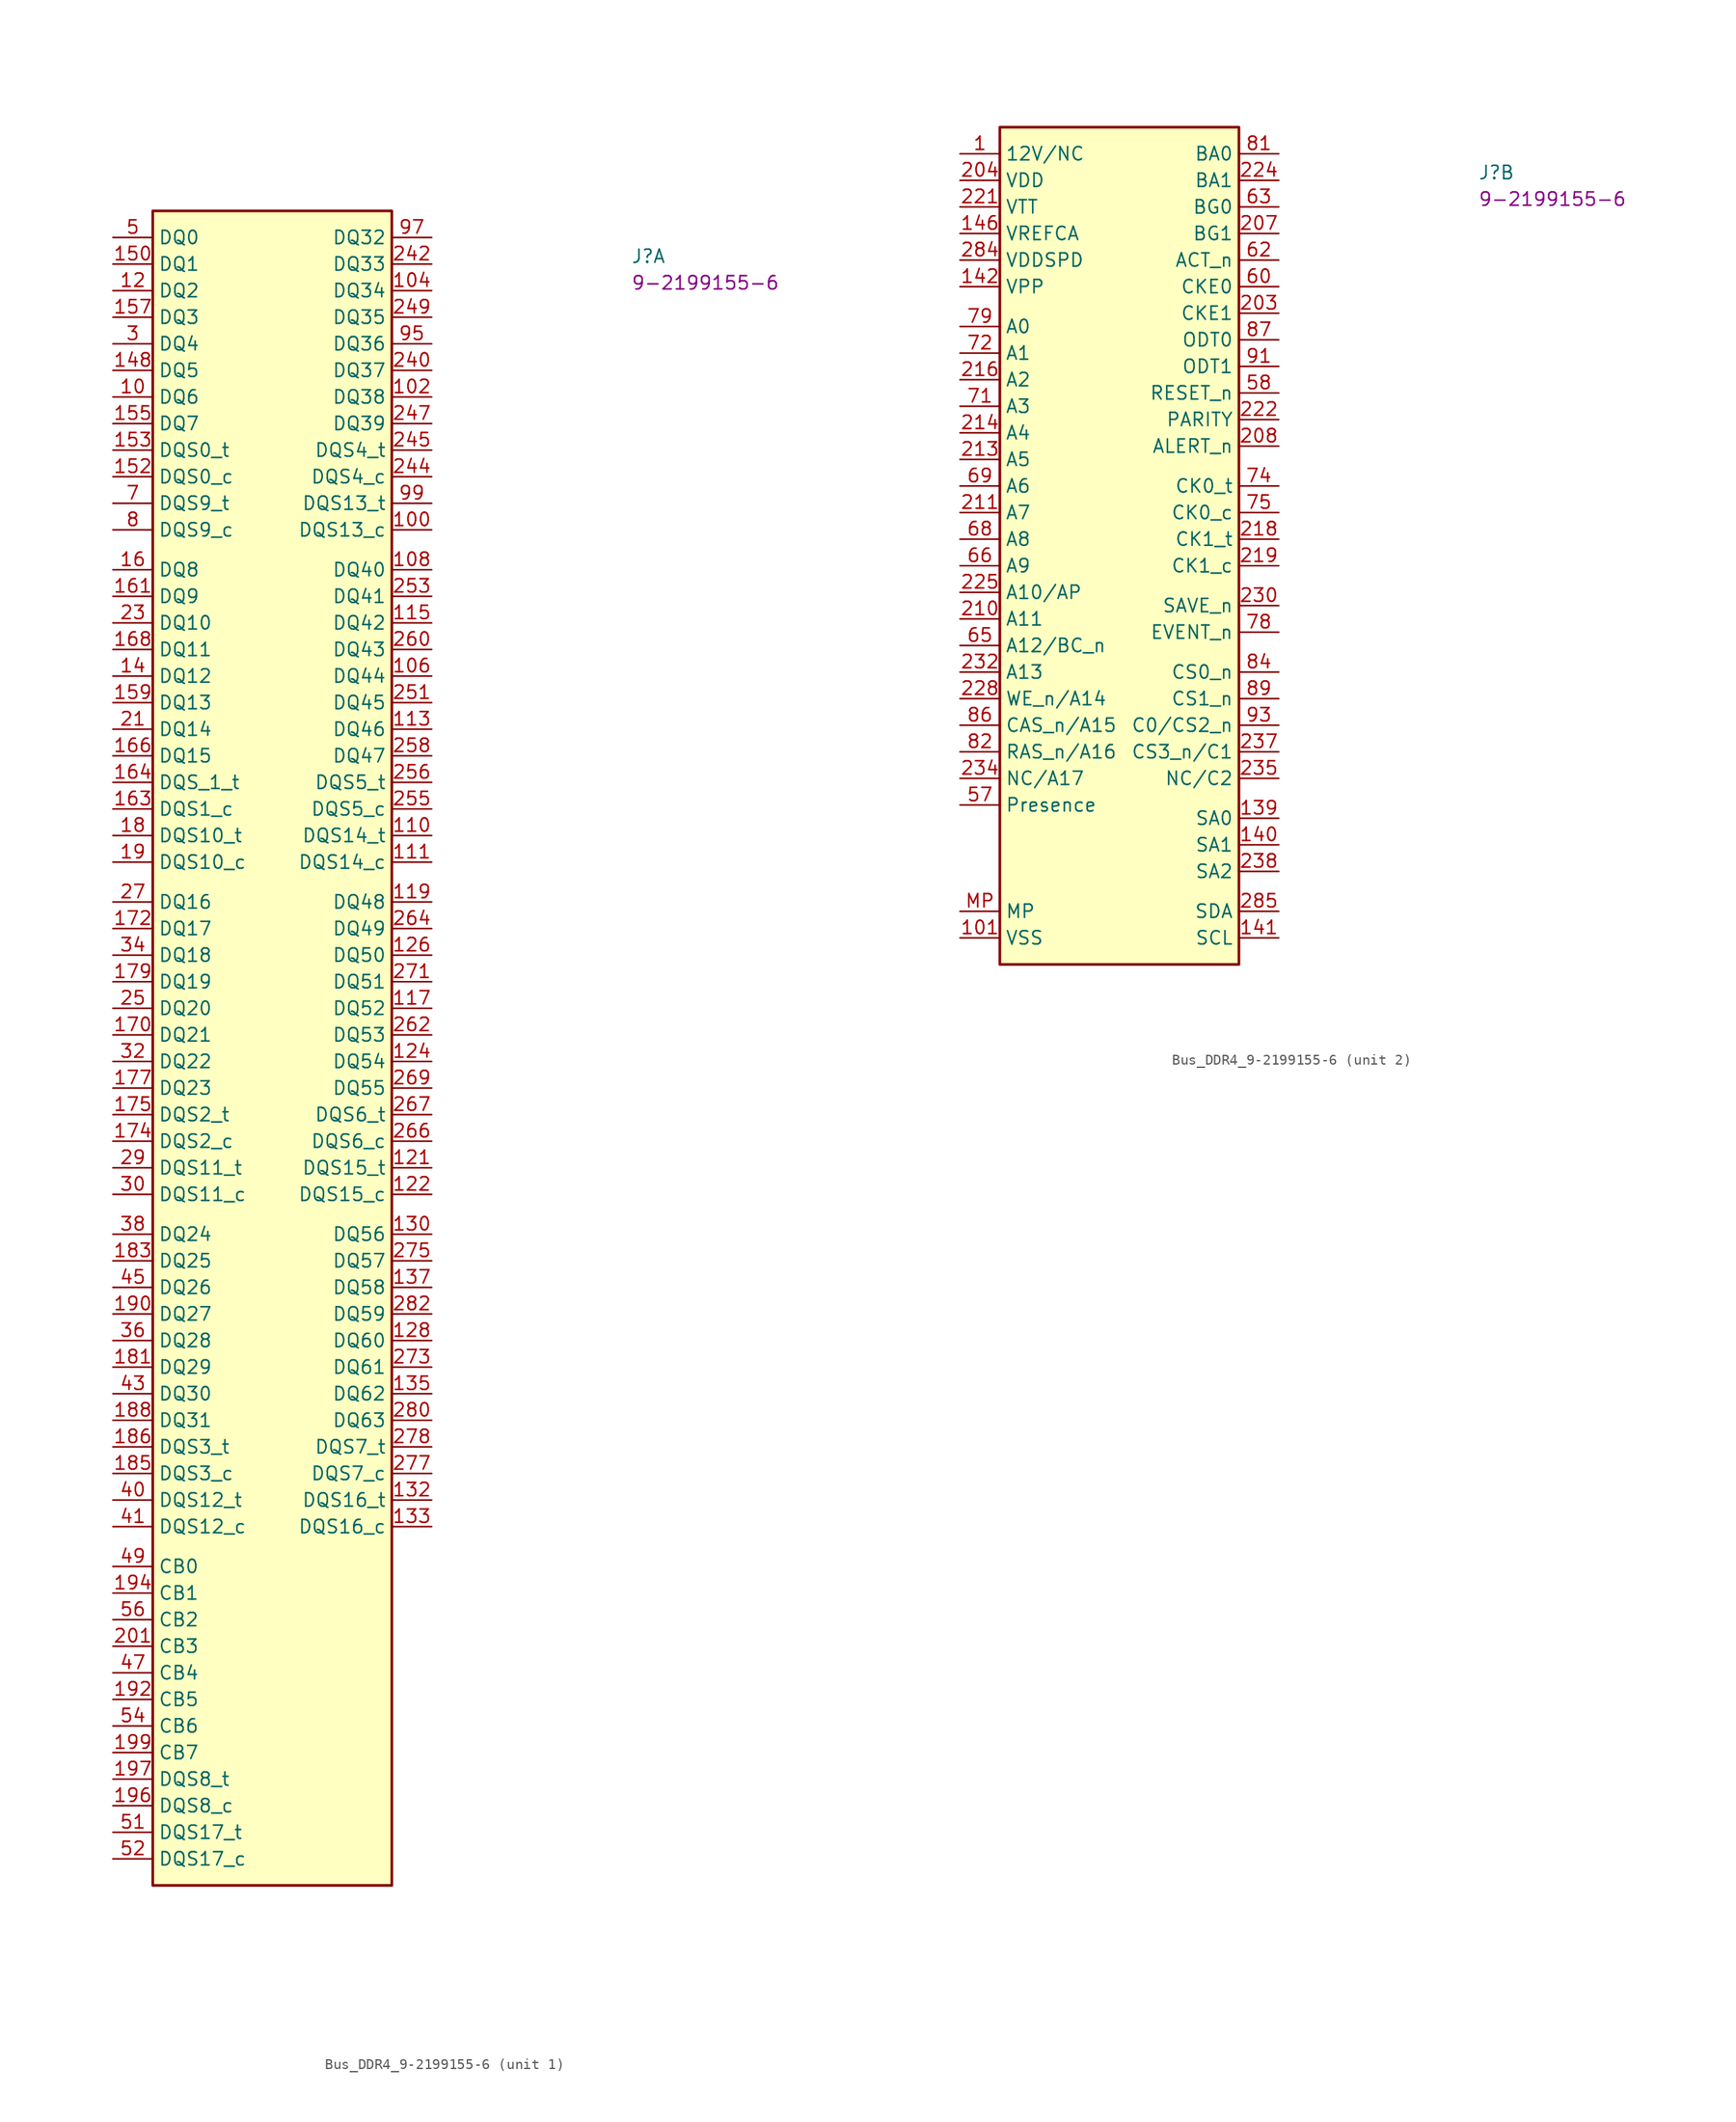
<source format=kicad_sym>
(kicad_symbol_lib
  (version 20220914)
  (generator kicad_symbol_editor)
  (symbol "Bus_DDR4_9-2199155-6"
    (property "Reference" "J"
      (at 49.53 -2.54 0)
      (effects (font (size 1.27 1.27) (thickness 0.15)) (justify left bottom)))
    (property "MPN" "9-2199155-6"
      (at 49.53 -5.08 0)
      (effects (font (size 1.27 1.27)) (justify left bottom)))
    (property "ki_locked" ""
      (at 0 0 0)
      (effects (font (size 1.27 1.27))))
    (symbol "Bus_DDR4_9-2199155-6_1_1"
      (rectangle (start 3.81 2.54) (end 26.67 -157.48) (stroke (width 0.254) (type default)) (fill (type background)))
      (pin passive line (at 0 -15.24 0) (length 3.81) (name "DQ6" (effects (font (size 1.27 1.27)))) (number "10" (effects (font (size 1.27 1.27)))))
      (pin passive line (at 30.48 -27.94 180) (length 3.81) (name "DQS13_c" (effects (font (size 1.27 1.27)))) (number "100" (effects (font (size 1.27 1.27)))))
      (pin passive line (at 30.48 -15.24 180) (length 3.81) (name "DQ38" (effects (font (size 1.27 1.27)))) (number "102" (effects (font (size 1.27 1.27)))))
      (pin passive line (at 30.48 -5.08 180) (length 3.81) (name "DQ34" (effects (font (size 1.27 1.27)))) (number "104" (effects (font (size 1.27 1.27)))))
      (pin passive line (at 30.48 -41.91 180) (length 3.81) (name "DQ44" (effects (font (size 1.27 1.27)))) (number "106" (effects (font (size 1.27 1.27)))))
      (pin passive line (at 30.48 -31.75 180) (length 3.81) (name "DQ40" (effects (font (size 1.27 1.27)))) (number "108" (effects (font (size 1.27 1.27)))))
      (pin passive line (at 30.48 -57.15 180) (length 3.81) (name "DQS14_t" (effects (font (size 1.27 1.27)))) (number "110" (effects (font (size 1.27 1.27)))))
      (pin passive line (at 30.48 -59.69 180) (length 3.81) (name "DQS14_c" (effects (font (size 1.27 1.27)))) (number "111" (effects (font (size 1.27 1.27)))))
      (pin passive line (at 30.48 -46.99 180) (length 3.81) (name "DQ46" (effects (font (size 1.27 1.27)))) (number "113" (effects (font (size 1.27 1.27)))))
      (pin passive line (at 30.48 -36.83 180) (length 3.81) (name "DQ42" (effects (font (size 1.27 1.27)))) (number "115" (effects (font (size 1.27 1.27)))))
      (pin passive line (at 30.48 -73.66 180) (length 3.81) (name "DQ52" (effects (font (size 1.27 1.27)))) (number "117" (effects (font (size 1.27 1.27)))))
      (pin passive line (at 30.48 -63.5 180) (length 3.81) (name "DQ48" (effects (font (size 1.27 1.27)))) (number "119" (effects (font (size 1.27 1.27)))))
      (pin passive line (at 0 -5.08 0) (length 3.81) (name "DQ2" (effects (font (size 1.27 1.27)))) (number "12" (effects (font (size 1.27 1.27)))))
      (pin passive line (at 30.48 -88.9 180) (length 3.81) (name "DQS15_t" (effects (font (size 1.27 1.27)))) (number "121" (effects (font (size 1.27 1.27)))))
      (pin passive line (at 30.48 -91.44 180) (length 3.81) (name "DQS15_c" (effects (font (size 1.27 1.27)))) (number "122" (effects (font (size 1.27 1.27)))))
      (pin passive line (at 30.48 -78.74 180) (length 3.81) (name "DQ54" (effects (font (size 1.27 1.27)))) (number "124" (effects (font (size 1.27 1.27)))))
      (pin passive line (at 30.48 -68.58 180) (length 3.81) (name "DQ50" (effects (font (size 1.27 1.27)))) (number "126" (effects (font (size 1.27 1.27)))))
      (pin passive line (at 30.48 -105.41 180) (length 3.81) (name "DQ60" (effects (font (size 1.27 1.27)))) (number "128" (effects (font (size 1.27 1.27)))))
      (pin passive line (at 30.48 -95.25 180) (length 3.81) (name "DQ56" (effects (font (size 1.27 1.27)))) (number "130" (effects (font (size 1.27 1.27)))))
      (pin passive line (at 30.48 -120.65 180) (length 3.81) (name "DQS16_t" (effects (font (size 1.27 1.27)))) (number "132" (effects (font (size 1.27 1.27)))))
      (pin passive line (at 30.48 -123.19 180) (length 3.81) (name "DQS16_c" (effects (font (size 1.27 1.27)))) (number "133" (effects (font (size 1.27 1.27)))))
      (pin passive line (at 30.48 -110.49 180) (length 3.81) (name "DQ62" (effects (font (size 1.27 1.27)))) (number "135" (effects (font (size 1.27 1.27)))))
      (pin passive line (at 30.48 -100.33 180) (length 3.81) (name "DQ58" (effects (font (size 1.27 1.27)))) (number "137" (effects (font (size 1.27 1.27)))))
      (pin passive line (at 0 -41.91 0) (length 3.81) (name "DQ12" (effects (font (size 1.27 1.27)))) (number "14" (effects (font (size 1.27 1.27)))))
      (pin passive line (at 0 -12.7 0) (length 3.81) (name "DQ5" (effects (font (size 1.27 1.27)))) (number "148" (effects (font (size 1.27 1.27)))))
      (pin passive line (at 0 -2.54 0) (length 3.81) (name "DQ1" (effects (font (size 1.27 1.27)))) (number "150" (effects (font (size 1.27 1.27)))))
      (pin passive line (at 0 -22.86 0) (length 3.81) (name "DQS0_c" (effects (font (size 1.27 1.27)))) (number "152" (effects (font (size 1.27 1.27)))))
      (pin passive line (at 0 -20.32 0) (length 3.81) (name "DQS0_t" (effects (font (size 1.27 1.27)))) (number "153" (effects (font (size 1.27 1.27)))))
      (pin passive line (at 0 -17.78 0) (length 3.81) (name "DQ7" (effects (font (size 1.27 1.27)))) (number "155" (effects (font (size 1.27 1.27)))))
      (pin passive line (at 0 -7.62 0) (length 3.81) (name "DQ3" (effects (font (size 1.27 1.27)))) (number "157" (effects (font (size 1.27 1.27)))))
      (pin passive line (at 0 -44.45 0) (length 3.81) (name "DQ13" (effects (font (size 1.27 1.27)))) (number "159" (effects (font (size 1.27 1.27)))))
      (pin passive line (at 0 -31.75 0) (length 3.81) (name "DQ8" (effects (font (size 1.27 1.27)))) (number "16" (effects (font (size 1.27 1.27)))))
      (pin passive line (at 0 -34.29 0) (length 3.81) (name "DQ9" (effects (font (size 1.27 1.27)))) (number "161" (effects (font (size 1.27 1.27)))))
      (pin passive line (at 0 -54.61 0) (length 3.81) (name "DQS1_c" (effects (font (size 1.27 1.27)))) (number "163" (effects (font (size 1.27 1.27)))))
      (pin passive line (at 0 -52.07 0) (length 3.81) (name "DQS_1_t" (effects (font (size 1.27 1.27)))) (number "164" (effects (font (size 1.27 1.27)))))
      (pin passive line (at 0 -49.53 0) (length 3.81) (name "DQ15" (effects (font (size 1.27 1.27)))) (number "166" (effects (font (size 1.27 1.27)))))
      (pin passive line (at 0 -39.37 0) (length 3.81) (name "DQ11" (effects (font (size 1.27 1.27)))) (number "168" (effects (font (size 1.27 1.27)))))
      (pin passive line (at 0 -76.2 0) (length 3.81) (name "DQ21" (effects (font (size 1.27 1.27)))) (number "170" (effects (font (size 1.27 1.27)))))
      (pin passive line (at 0 -66.04 0) (length 3.81) (name "DQ17" (effects (font (size 1.27 1.27)))) (number "172" (effects (font (size 1.27 1.27)))))
      (pin passive line (at 0 -86.36 0) (length 3.81) (name "DQS2_c" (effects (font (size 1.27 1.27)))) (number "174" (effects (font (size 1.27 1.27)))))
      (pin passive line (at 0 -83.82 0) (length 3.81) (name "DQS2_t" (effects (font (size 1.27 1.27)))) (number "175" (effects (font (size 1.27 1.27)))))
      (pin passive line (at 0 -81.28 0) (length 3.81) (name "DQ23" (effects (font (size 1.27 1.27)))) (number "177" (effects (font (size 1.27 1.27)))))
      (pin passive line (at 0 -71.12 0) (length 3.81) (name "DQ19" (effects (font (size 1.27 1.27)))) (number "179" (effects (font (size 1.27 1.27)))))
      (pin passive line (at 0 -57.15 0) (length 3.81) (name "DQS10_t" (effects (font (size 1.27 1.27)))) (number "18" (effects (font (size 1.27 1.27)))))
      (pin passive line (at 0 -107.95 0) (length 3.81) (name "DQ29" (effects (font (size 1.27 1.27)))) (number "181" (effects (font (size 1.27 1.27)))))
      (pin passive line (at 0 -97.79 0) (length 3.81) (name "DQ25" (effects (font (size 1.27 1.27)))) (number "183" (effects (font (size 1.27 1.27)))))
      (pin passive line (at 0 -118.11 0) (length 3.81) (name "DQS3_c" (effects (font (size 1.27 1.27)))) (number "185" (effects (font (size 1.27 1.27)))))
      (pin passive line (at 0 -115.57 0) (length 3.81) (name "DQS3_t" (effects (font (size 1.27 1.27)))) (number "186" (effects (font (size 1.27 1.27)))))
      (pin passive line (at 0 -113.03 0) (length 3.81) (name "DQ31" (effects (font (size 1.27 1.27)))) (number "188" (effects (font (size 1.27 1.27)))))
      (pin passive line (at 0 -59.69 0) (length 3.81) (name "DQS10_c" (effects (font (size 1.27 1.27)))) (number "19" (effects (font (size 1.27 1.27)))))
      (pin passive line (at 0 -102.87 0) (length 3.81) (name "DQ27" (effects (font (size 1.27 1.27)))) (number "190" (effects (font (size 1.27 1.27)))))
      (pin passive line (at 0 -139.7 0) (length 3.81) (name "CB5" (effects (font (size 1.27 1.27)))) (number "192" (effects (font (size 1.27 1.27)))))
      (pin passive line (at 0 -129.54 0) (length 3.81) (name "CB1" (effects (font (size 1.27 1.27)))) (number "194" (effects (font (size 1.27 1.27)))))
      (pin passive line (at 0 -149.86 0) (length 3.81) (name "DQS8_c" (effects (font (size 1.27 1.27)))) (number "196" (effects (font (size 1.27 1.27)))))
      (pin passive line (at 0 -147.32 0) (length 3.81) (name "DQS8_t" (effects (font (size 1.27 1.27)))) (number "197" (effects (font (size 1.27 1.27)))))
      (pin passive line (at 0 -144.78 0) (length 3.81) (name "CB7" (effects (font (size 1.27 1.27)))) (number "199" (effects (font (size 1.27 1.27)))))
      (pin passive line (at 0 -134.62 0) (length 3.81) (name "CB3" (effects (font (size 1.27 1.27)))) (number "201" (effects (font (size 1.27 1.27)))))
      (pin passive line (at 0 -46.99 0) (length 3.81) (name "DQ14" (effects (font (size 1.27 1.27)))) (number "21" (effects (font (size 1.27 1.27)))))
      (pin passive line (at 0 -36.83 0) (length 3.81) (name "DQ10" (effects (font (size 1.27 1.27)))) (number "23" (effects (font (size 1.27 1.27)))))
      (pin passive line (at 30.48 -12.7 180) (length 3.81) (name "DQ37" (effects (font (size 1.27 1.27)))) (number "240" (effects (font (size 1.27 1.27)))))
      (pin passive line (at 30.48 -2.54 180) (length 3.81) (name "DQ33" (effects (font (size 1.27 1.27)))) (number "242" (effects (font (size 1.27 1.27)))))
      (pin passive line (at 30.48 -22.86 180) (length 3.81) (name "DQS4_c" (effects (font (size 1.27 1.27)))) (number "244" (effects (font (size 1.27 1.27)))))
      (pin passive line (at 30.48 -20.32 180) (length 3.81) (name "DQS4_t" (effects (font (size 1.27 1.27)))) (number "245" (effects (font (size 1.27 1.27)))))
      (pin passive line (at 30.48 -17.78 180) (length 3.81) (name "DQ39" (effects (font (size 1.27 1.27)))) (number "247" (effects (font (size 1.27 1.27)))))
      (pin passive line (at 30.48 -7.62 180) (length 3.81) (name "DQ35" (effects (font (size 1.27 1.27)))) (number "249" (effects (font (size 1.27 1.27)))))
      (pin passive line (at 0 -73.66 0) (length 3.81) (name "DQ20" (effects (font (size 1.27 1.27)))) (number "25" (effects (font (size 1.27 1.27)))))
      (pin passive line (at 30.48 -44.45 180) (length 3.81) (name "DQ45" (effects (font (size 1.27 1.27)))) (number "251" (effects (font (size 1.27 1.27)))))
      (pin passive line (at 30.48 -34.29 180) (length 3.81) (name "DQ41" (effects (font (size 1.27 1.27)))) (number "253" (effects (font (size 1.27 1.27)))))
      (pin passive line (at 30.48 -54.61 180) (length 3.81) (name "DQS5_c" (effects (font (size 1.27 1.27)))) (number "255" (effects (font (size 1.27 1.27)))))
      (pin passive line (at 30.48 -52.07 180) (length 3.81) (name "DQS5_t" (effects (font (size 1.27 1.27)))) (number "256" (effects (font (size 1.27 1.27)))))
      (pin passive line (at 30.48 -49.53 180) (length 3.81) (name "DQ47" (effects (font (size 1.27 1.27)))) (number "258" (effects (font (size 1.27 1.27)))))
      (pin passive line (at 30.48 -39.37 180) (length 3.81) (name "DQ43" (effects (font (size 1.27 1.27)))) (number "260" (effects (font (size 1.27 1.27)))))
      (pin passive line (at 30.48 -76.2 180) (length 3.81) (name "DQ53" (effects (font (size 1.27 1.27)))) (number "262" (effects (font (size 1.27 1.27)))))
      (pin passive line (at 30.48 -66.04 180) (length 3.81) (name "DQ49" (effects (font (size 1.27 1.27)))) (number "264" (effects (font (size 1.27 1.27)))))
      (pin passive line (at 30.48 -86.36 180) (length 3.81) (name "DQS6_c" (effects (font (size 1.27 1.27)))) (number "266" (effects (font (size 1.27 1.27)))))
      (pin passive line (at 30.48 -83.82 180) (length 3.81) (name "DQS6_t" (effects (font (size 1.27 1.27)))) (number "267" (effects (font (size 1.27 1.27)))))
      (pin passive line (at 30.48 -81.28 180) (length 3.81) (name "DQ55" (effects (font (size 1.27 1.27)))) (number "269" (effects (font (size 1.27 1.27)))))
      (pin passive line (at 0 -63.5 0) (length 3.81) (name "DQ16" (effects (font (size 1.27 1.27)))) (number "27" (effects (font (size 1.27 1.27)))))
      (pin passive line (at 30.48 -71.12 180) (length 3.81) (name "DQ51" (effects (font (size 1.27 1.27)))) (number "271" (effects (font (size 1.27 1.27)))))
      (pin passive line (at 30.48 -107.95 180) (length 3.81) (name "DQ61" (effects (font (size 1.27 1.27)))) (number "273" (effects (font (size 1.27 1.27)))))
      (pin passive line (at 30.48 -97.79 180) (length 3.81) (name "DQ57" (effects (font (size 1.27 1.27)))) (number "275" (effects (font (size 1.27 1.27)))))
      (pin passive line (at 30.48 -118.11 180) (length 3.81) (name "DQS7_c" (effects (font (size 1.27 1.27)))) (number "277" (effects (font (size 1.27 1.27)))))
      (pin passive line (at 30.48 -115.57 180) (length 3.81) (name "DQS7_t" (effects (font (size 1.27 1.27)))) (number "278" (effects (font (size 1.27 1.27)))))
      (pin passive line (at 30.48 -113.03 180) (length 3.81) (name "DQ63" (effects (font (size 1.27 1.27)))) (number "280" (effects (font (size 1.27 1.27)))))
      (pin passive line (at 30.48 -102.87 180) (length 3.81) (name "DQ59" (effects (font (size 1.27 1.27)))) (number "282" (effects (font (size 1.27 1.27)))))
      (pin passive line (at 0 -88.9 0) (length 3.81) (name "DQS11_t" (effects (font (size 1.27 1.27)))) (number "29" (effects (font (size 1.27 1.27)))))
      (pin passive line (at 0 -10.16 0) (length 3.81) (name "DQ4" (effects (font (size 1.27 1.27)))) (number "3" (effects (font (size 1.27 1.27)))))
      (pin passive line (at 0 -91.44 0) (length 3.81) (name "DQS11_c" (effects (font (size 1.27 1.27)))) (number "30" (effects (font (size 1.27 1.27)))))
      (pin passive line (at 0 -78.74 0) (length 3.81) (name "DQ22" (effects (font (size 1.27 1.27)))) (number "32" (effects (font (size 1.27 1.27)))))
      (pin passive line (at 0 -68.58 0) (length 3.81) (name "DQ18" (effects (font (size 1.27 1.27)))) (number "34" (effects (font (size 1.27 1.27)))))
      (pin passive line (at 0 -105.41 0) (length 3.81) (name "DQ28" (effects (font (size 1.27 1.27)))) (number "36" (effects (font (size 1.27 1.27)))))
      (pin passive line (at 0 -95.25 0) (length 3.81) (name "DQ24" (effects (font (size 1.27 1.27)))) (number "38" (effects (font (size 1.27 1.27)))))
      (pin passive line (at 0 -120.65 0) (length 3.81) (name "DQS12_t" (effects (font (size 1.27 1.27)))) (number "40" (effects (font (size 1.27 1.27)))))
      (pin passive line (at 0 -123.19 0) (length 3.81) (name "DQS12_c" (effects (font (size 1.27 1.27)))) (number "41" (effects (font (size 1.27 1.27)))))
      (pin passive line (at 0 -110.49 0) (length 3.81) (name "DQ30" (effects (font (size 1.27 1.27)))) (number "43" (effects (font (size 1.27 1.27)))))
      (pin passive line (at 0 -100.33 0) (length 3.81) (name "DQ26" (effects (font (size 1.27 1.27)))) (number "45" (effects (font (size 1.27 1.27)))))
      (pin passive line (at 0 -137.16 0) (length 3.81) (name "CB4" (effects (font (size 1.27 1.27)))) (number "47" (effects (font (size 1.27 1.27)))))
      (pin passive line (at 0 -127 0) (length 3.81) (name "CB0" (effects (font (size 1.27 1.27)))) (number "49" (effects (font (size 1.27 1.27)))))
      (pin passive line (at 0 0 0) (length 3.81) (name "DQ0" (effects (font (size 1.27 1.27)))) (number "5" (effects (font (size 1.27 1.27)))))
      (pin passive line (at 0 -152.4 0) (length 3.81) (name "DQS17_t" (effects (font (size 1.27 1.27)))) (number "51" (effects (font (size 1.27 1.27)))))
      (pin passive line (at 0 -154.94 0) (length 3.81) (name "DQS17_c" (effects (font (size 1.27 1.27)))) (number "52" (effects (font (size 1.27 1.27)))))
      (pin passive line (at 0 -142.24 0) (length 3.81) (name "CB6" (effects (font (size 1.27 1.27)))) (number "54" (effects (font (size 1.27 1.27)))))
      (pin passive line (at 0 -132.08 0) (length 3.81) (name "CB2" (effects (font (size 1.27 1.27)))) (number "56" (effects (font (size 1.27 1.27)))))
      (pin passive line (at 0 -25.4 0) (length 3.81) (name "DQS9_t" (effects (font (size 1.27 1.27)))) (number "7" (effects (font (size 1.27 1.27)))))
      (pin passive line (at 0 -27.94 0) (length 3.81) (name "DQS9_c" (effects (font (size 1.27 1.27)))) (number "8" (effects (font (size 1.27 1.27)))))
      (pin passive line (at 30.48 -10.16 180) (length 3.81) (name "DQ36" (effects (font (size 1.27 1.27)))) (number "95" (effects (font (size 1.27 1.27)))))
      (pin passive line (at 30.48 0 180) (length 3.81) (name "DQ32" (effects (font (size 1.27 1.27)))) (number "97" (effects (font (size 1.27 1.27)))))
      (pin passive line (at 30.48 -25.4 180) (length 3.81) (name "DQS13_t" (effects (font (size 1.27 1.27)))) (number "99" (effects (font (size 1.27 1.27))))))
    (symbol "Bus_DDR4_9-2199155-6_2_1"
      (rectangle (start 3.81 2.54) (end 26.67 -77.47) (stroke (width 0.254) (type default)) (fill (type background)))
      (pin passive line (at 0 0 0) (length 3.81) (name "12V/NC" (effects (font (size 1.27 1.27)))) (number "1" (effects (font (size 1.27 1.27)))))
      (pin passive line (at 0 -74.93 0) (length 3.81) (name "VSS" (effects (font (size 1.27 1.27)))) (number "101" (effects (font (size 1.27 1.27)))))
      (pin passive line (at 0 -74.93 0) (length 3.81) hide (name "VSS" (effects (font (size 1.27 1.27)))) (number "103" (effects (font (size 1.27 1.27)))))
      (pin passive line (at 0 -74.93 0) (length 3.81) hide (name "VSS" (effects (font (size 1.27 1.27)))) (number "105" (effects (font (size 1.27 1.27)))))
      (pin passive line (at 0 -74.93 0) (length 3.81) hide (name "VSS" (effects (font (size 1.27 1.27)))) (number "107" (effects (font (size 1.27 1.27)))))
      (pin passive line (at 0 -74.93 0) (length 3.81) hide (name "VSS" (effects (font (size 1.27 1.27)))) (number "109" (effects (font (size 1.27 1.27)))))
      (pin passive line (at 0 -74.93 0) (length 3.81) hide (name "VSS" (effects (font (size 1.27 1.27)))) (number "11" (effects (font (size 1.27 1.27)))))
      (pin passive line (at 0 -74.93 0) (length 3.81) hide (name "VSS" (effects (font (size 1.27 1.27)))) (number "112" (effects (font (size 1.27 1.27)))))
      (pin passive line (at 0 -74.93 0) (length 3.81) hide (name "VSS" (effects (font (size 1.27 1.27)))) (number "114" (effects (font (size 1.27 1.27)))))
      (pin passive line (at 0 -74.93 0) (length 3.81) hide (name "VSS" (effects (font (size 1.27 1.27)))) (number "116" (effects (font (size 1.27 1.27)))))
      (pin passive line (at 0 -74.93 0) (length 3.81) hide (name "VSS" (effects (font (size 1.27 1.27)))) (number "118" (effects (font (size 1.27 1.27)))))
      (pin passive line (at 0 -74.93 0) (length 3.81) hide (name "VSS" (effects (font (size 1.27 1.27)))) (number "120" (effects (font (size 1.27 1.27)))))
      (pin passive line (at 0 -74.93 0) (length 3.81) hide (name "VSS" (effects (font (size 1.27 1.27)))) (number "123" (effects (font (size 1.27 1.27)))))
      (pin passive line (at 0 -74.93 0) (length 3.81) hide (name "VSS" (effects (font (size 1.27 1.27)))) (number "125" (effects (font (size 1.27 1.27)))))
      (pin passive line (at 0 -74.93 0) (length 3.81) hide (name "VSS" (effects (font (size 1.27 1.27)))) (number "127" (effects (font (size 1.27 1.27)))))
      (pin passive line (at 0 -74.93 0) (length 3.81) hide (name "VSS" (effects (font (size 1.27 1.27)))) (number "129" (effects (font (size 1.27 1.27)))))
      (pin passive line (at 0 -74.93 0) (length 3.81) hide (name "VSS" (effects (font (size 1.27 1.27)))) (number "13" (effects (font (size 1.27 1.27)))))
      (pin passive line (at 0 -74.93 0) (length 3.81) hide (name "VSS" (effects (font (size 1.27 1.27)))) (number "131" (effects (font (size 1.27 1.27)))))
      (pin passive line (at 0 -74.93 0) (length 3.81) hide (name "VSS" (effects (font (size 1.27 1.27)))) (number "134" (effects (font (size 1.27 1.27)))))
      (pin passive line (at 0 -74.93 0) (length 3.81) hide (name "VSS" (effects (font (size 1.27 1.27)))) (number "136" (effects (font (size 1.27 1.27)))))
      (pin passive line (at 0 -74.93 0) (length 3.81) hide (name "VSS" (effects (font (size 1.27 1.27)))) (number "138" (effects (font (size 1.27 1.27)))))
      (pin passive line (at 30.48 -63.5 180) (length 3.81) (name "SA0" (effects (font (size 1.27 1.27)))) (number "139" (effects (font (size 1.27 1.27)))))
      (pin passive line (at 30.48 -66.04 180) (length 3.81) (name "SA1" (effects (font (size 1.27 1.27)))) (number "140" (effects (font (size 1.27 1.27)))))
      (pin passive line (at 30.48 -74.93 180) (length 3.81) (name "SCL" (effects (font (size 1.27 1.27)))) (number "141" (effects (font (size 1.27 1.27)))))
      (pin passive line (at 0 -12.7 0) (length 3.81) (name "VPP" (effects (font (size 1.27 1.27)))) (number "142" (effects (font (size 1.27 1.27)))))
      (pin passive line (at 0 -12.7 0) (length 3.81) hide (name "VPP" (effects (font (size 1.27 1.27)))) (number "143" (effects (font (size 1.27 1.27)))))
      (pin no_connect line (at 3.81 -64.77 0) (length 3.81) hide (name "RFU" (effects (font (size 1.27 1.27)))) (number "144" (effects (font (size 1.27 1.27)))))
      (pin passive line (at 0 0 0) (length 3.81) hide (name "12V/NC" (effects (font (size 1.27 1.27)))) (number "145" (effects (font (size 1.27 1.27)))))
      (pin passive line (at 0 -7.62 0) (length 3.81) (name "VREFCA" (effects (font (size 1.27 1.27)))) (number "146" (effects (font (size 1.27 1.27)))))
      (pin passive line (at 0 -74.93 0) (length 3.81) hide (name "VSS" (effects (font (size 1.27 1.27)))) (number "147" (effects (font (size 1.27 1.27)))))
      (pin passive line (at 0 -74.93 0) (length 3.81) hide (name "VSS" (effects (font (size 1.27 1.27)))) (number "149" (effects (font (size 1.27 1.27)))))
      (pin passive line (at 0 -74.93 0) (length 3.81) hide (name "VSS" (effects (font (size 1.27 1.27)))) (number "15" (effects (font (size 1.27 1.27)))))
      (pin passive line (at 0 -74.93 0) (length 3.81) hide (name "VSS" (effects (font (size 1.27 1.27)))) (number "151" (effects (font (size 1.27 1.27)))))
      (pin passive line (at 0 -74.93 0) (length 3.81) hide (name "VSS" (effects (font (size 1.27 1.27)))) (number "154" (effects (font (size 1.27 1.27)))))
      (pin passive line (at 0 -74.93 0) (length 3.81) hide (name "VSS" (effects (font (size 1.27 1.27)))) (number "156" (effects (font (size 1.27 1.27)))))
      (pin passive line (at 0 -74.93 0) (length 3.81) hide (name "VSS" (effects (font (size 1.27 1.27)))) (number "158" (effects (font (size 1.27 1.27)))))
      (pin passive line (at 0 -74.93 0) (length 3.81) hide (name "VSS" (effects (font (size 1.27 1.27)))) (number "160" (effects (font (size 1.27 1.27)))))
      (pin passive line (at 0 -74.93 0) (length 3.81) hide (name "VSS" (effects (font (size 1.27 1.27)))) (number "162" (effects (font (size 1.27 1.27)))))
      (pin passive line (at 0 -74.93 0) (length 3.81) hide (name "VSS" (effects (font (size 1.27 1.27)))) (number "165" (effects (font (size 1.27 1.27)))))
      (pin passive line (at 0 -74.93 0) (length 3.81) hide (name "VSS" (effects (font (size 1.27 1.27)))) (number "167" (effects (font (size 1.27 1.27)))))
      (pin passive line (at 0 -74.93 0) (length 3.81) hide (name "VSS" (effects (font (size 1.27 1.27)))) (number "169" (effects (font (size 1.27 1.27)))))
      (pin passive line (at 0 -74.93 0) (length 3.81) hide (name "VSS" (effects (font (size 1.27 1.27)))) (number "17" (effects (font (size 1.27 1.27)))))
      (pin passive line (at 0 -74.93 0) (length 3.81) hide (name "VSS" (effects (font (size 1.27 1.27)))) (number "171" (effects (font (size 1.27 1.27)))))
      (pin passive line (at 0 -74.93 0) (length 3.81) hide (name "VSS" (effects (font (size 1.27 1.27)))) (number "173" (effects (font (size 1.27 1.27)))))
      (pin passive line (at 0 -74.93 0) (length 3.81) hide (name "VSS" (effects (font (size 1.27 1.27)))) (number "176" (effects (font (size 1.27 1.27)))))
      (pin passive line (at 0 -74.93 0) (length 3.81) hide (name "VSS" (effects (font (size 1.27 1.27)))) (number "178" (effects (font (size 1.27 1.27)))))
      (pin passive line (at 0 -74.93 0) (length 3.81) hide (name "VSS" (effects (font (size 1.27 1.27)))) (number "180" (effects (font (size 1.27 1.27)))))
      (pin passive line (at 0 -74.93 0) (length 3.81) hide (name "VSS" (effects (font (size 1.27 1.27)))) (number "182" (effects (font (size 1.27 1.27)))))
      (pin passive line (at 0 -74.93 0) (length 3.81) hide (name "VSS" (effects (font (size 1.27 1.27)))) (number "184" (effects (font (size 1.27 1.27)))))
      (pin passive line (at 0 -74.93 0) (length 3.81) hide (name "VSS" (effects (font (size 1.27 1.27)))) (number "187" (effects (font (size 1.27 1.27)))))
      (pin passive line (at 0 -74.93 0) (length 3.81) hide (name "VSS" (effects (font (size 1.27 1.27)))) (number "189" (effects (font (size 1.27 1.27)))))
      (pin passive line (at 0 -74.93 0) (length 3.81) hide (name "VSS" (effects (font (size 1.27 1.27)))) (number "191" (effects (font (size 1.27 1.27)))))
      (pin passive line (at 0 -74.93 0) (length 3.81) hide (name "VSS" (effects (font (size 1.27 1.27)))) (number "193" (effects (font (size 1.27 1.27)))))
      (pin passive line (at 0 -74.93 0) (length 3.81) hide (name "VSS" (effects (font (size 1.27 1.27)))) (number "195" (effects (font (size 1.27 1.27)))))
      (pin passive line (at 0 -74.93 0) (length 3.81) hide (name "VSS" (effects (font (size 1.27 1.27)))) (number "198" (effects (font (size 1.27 1.27)))))
      (pin passive line (at 0 -74.93 0) (length 3.81) hide (name "VSS" (effects (font (size 1.27 1.27)))) (number "2" (effects (font (size 1.27 1.27)))))
      (pin passive line (at 0 -74.93 0) (length 3.81) hide (name "VSS" (effects (font (size 1.27 1.27)))) (number "20" (effects (font (size 1.27 1.27)))))
      (pin passive line (at 0 -74.93 0) (length 3.81) hide (name "VSS" (effects (font (size 1.27 1.27)))) (number "200" (effects (font (size 1.27 1.27)))))
      (pin passive line (at 0 -74.93 0) (length 3.81) hide (name "VSS" (effects (font (size 1.27 1.27)))) (number "202" (effects (font (size 1.27 1.27)))))
      (pin passive line (at 30.48 -15.24 180) (length 3.81) (name "CKE1" (effects (font (size 1.27 1.27)))) (number "203" (effects (font (size 1.27 1.27)))))
      (pin passive line (at 0 -2.54 0) (length 3.81) (name "VDD" (effects (font (size 1.27 1.27)))) (number "204" (effects (font (size 1.27 1.27)))))
      (pin no_connect line (at 3.81 -67.31 0) (length 3.81) hide (name "RFU" (effects (font (size 1.27 1.27)))) (number "205" (effects (font (size 1.27 1.27)))))
      (pin passive line (at 0 -2.54 0) (length 3.81) hide (name "VDD" (effects (font (size 1.27 1.27)))) (number "206" (effects (font (size 1.27 1.27)))))
      (pin passive line (at 30.48 -7.62 180) (length 3.81) (name "BG1" (effects (font (size 1.27 1.27)))) (number "207" (effects (font (size 1.27 1.27)))))
      (pin passive line (at 30.48 -27.94 180) (length 3.81) (name "ALERT_n" (effects (font (size 1.27 1.27)))) (number "208" (effects (font (size 1.27 1.27)))))
      (pin passive line (at 0 -2.54 0) (length 3.81) hide (name "VDD" (effects (font (size 1.27 1.27)))) (number "209" (effects (font (size 1.27 1.27)))))
      (pin passive line (at 0 -44.45 0) (length 3.81) (name "A11" (effects (font (size 1.27 1.27)))) (number "210" (effects (font (size 1.27 1.27)))))
      (pin passive line (at 0 -34.29 0) (length 3.81) (name "A7" (effects (font (size 1.27 1.27)))) (number "211" (effects (font (size 1.27 1.27)))))
      (pin passive line (at 0 -2.54 0) (length 3.81) hide (name "VDD" (effects (font (size 1.27 1.27)))) (number "212" (effects (font (size 1.27 1.27)))))
      (pin passive line (at 0 -29.21 0) (length 3.81) (name "A5" (effects (font (size 1.27 1.27)))) (number "213" (effects (font (size 1.27 1.27)))))
      (pin passive line (at 0 -26.67 0) (length 3.81) (name "A4" (effects (font (size 1.27 1.27)))) (number "214" (effects (font (size 1.27 1.27)))))
      (pin passive line (at 0 -2.54 0) (length 3.81) hide (name "VDD" (effects (font (size 1.27 1.27)))) (number "215" (effects (font (size 1.27 1.27)))))
      (pin passive line (at 0 -21.59 0) (length 3.81) (name "A2" (effects (font (size 1.27 1.27)))) (number "216" (effects (font (size 1.27 1.27)))))
      (pin passive line (at 0 -2.54 0) (length 3.81) hide (name "VDD" (effects (font (size 1.27 1.27)))) (number "217" (effects (font (size 1.27 1.27)))))
      (pin passive line (at 30.48 -36.83 180) (length 3.81) (name "CK1_t" (effects (font (size 1.27 1.27)))) (number "218" (effects (font (size 1.27 1.27)))))
      (pin passive line (at 30.48 -39.37 180) (length 3.81) (name "CK1_c" (effects (font (size 1.27 1.27)))) (number "219" (effects (font (size 1.27 1.27)))))
      (pin passive line (at 0 -74.93 0) (length 3.81) hide (name "VSS" (effects (font (size 1.27 1.27)))) (number "22" (effects (font (size 1.27 1.27)))))
      (pin passive line (at 0 -2.54 0) (length 3.81) hide (name "VDD" (effects (font (size 1.27 1.27)))) (number "220" (effects (font (size 1.27 1.27)))))
      (pin passive line (at 0 -5.08 0) (length 3.81) (name "VTT" (effects (font (size 1.27 1.27)))) (number "221" (effects (font (size 1.27 1.27)))))
      (pin passive line (at 30.48 -25.4 180) (length 3.81) (name "PARITY" (effects (font (size 1.27 1.27)))) (number "222" (effects (font (size 1.27 1.27)))))
      (pin passive line (at 0 -2.54 0) (length 3.81) hide (name "VDD" (effects (font (size 1.27 1.27)))) (number "223" (effects (font (size 1.27 1.27)))))
      (pin passive line (at 30.48 -2.54 180) (length 3.81) (name "BA1" (effects (font (size 1.27 1.27)))) (number "224" (effects (font (size 1.27 1.27)))))
      (pin passive line (at 0 -41.91 0) (length 3.81) (name "A10/AP" (effects (font (size 1.27 1.27)))) (number "225" (effects (font (size 1.27 1.27)))))
      (pin passive line (at 0 -2.54 0) (length 3.81) hide (name "VDD" (effects (font (size 1.27 1.27)))) (number "226" (effects (font (size 1.27 1.27)))))
      (pin no_connect line (at 3.81 -69.85 0) (length 3.81) hide (name "RFU" (effects (font (size 1.27 1.27)))) (number "227" (effects (font (size 1.27 1.27)))))
      (pin passive line (at 0 -52.07 0) (length 3.81) (name "WE_n/A14" (effects (font (size 1.27 1.27)))) (number "228" (effects (font (size 1.27 1.27)))))
      (pin passive line (at 0 -2.54 0) (length 3.81) hide (name "VDD" (effects (font (size 1.27 1.27)))) (number "229" (effects (font (size 1.27 1.27)))))
      (pin passive line (at 30.48 -43.18 180) (length 3.81) (name "SAVE_n" (effects (font (size 1.27 1.27)))) (number "230" (effects (font (size 1.27 1.27)))))
      (pin passive line (at 0 -2.54 0) (length 3.81) hide (name "VDD" (effects (font (size 1.27 1.27)))) (number "231" (effects (font (size 1.27 1.27)))))
      (pin passive line (at 0 -49.53 0) (length 3.81) (name "A13" (effects (font (size 1.27 1.27)))) (number "232" (effects (font (size 1.27 1.27)))))
      (pin passive line (at 0 -2.54 0) (length 3.81) hide (name "VDD" (effects (font (size 1.27 1.27)))) (number "233" (effects (font (size 1.27 1.27)))))
      (pin passive line (at 0 -59.69 0) (length 3.81) (name "NC/A17" (effects (font (size 1.27 1.27)))) (number "234" (effects (font (size 1.27 1.27)))))
      (pin passive line (at 30.48 -59.69 180) (length 3.81) (name "NC/C2" (effects (font (size 1.27 1.27)))) (number "235" (effects (font (size 1.27 1.27)))))
      (pin passive line (at 0 -2.54 0) (length 3.81) hide (name "VDD" (effects (font (size 1.27 1.27)))) (number "236" (effects (font (size 1.27 1.27)))))
      (pin passive line (at 30.48 -57.15 180) (length 3.81) (name "CS3_n/C1" (effects (font (size 1.27 1.27)))) (number "237" (effects (font (size 1.27 1.27)))))
      (pin passive line (at 30.48 -68.58 180) (length 3.81) (name "SA2" (effects (font (size 1.27 1.27)))) (number "238" (effects (font (size 1.27 1.27)))))
      (pin passive line (at 0 -74.93 0) (length 3.81) hide (name "VSS" (effects (font (size 1.27 1.27)))) (number "239" (effects (font (size 1.27 1.27)))))
      (pin passive line (at 0 -74.93 0) (length 3.81) hide (name "VSS" (effects (font (size 1.27 1.27)))) (number "24" (effects (font (size 1.27 1.27)))))
      (pin passive line (at 0 -74.93 0) (length 3.81) hide (name "VSS" (effects (font (size 1.27 1.27)))) (number "241" (effects (font (size 1.27 1.27)))))
      (pin passive line (at 0 -74.93 0) (length 3.81) hide (name "VSS" (effects (font (size 1.27 1.27)))) (number "243" (effects (font (size 1.27 1.27)))))
      (pin passive line (at 0 -74.93 0) (length 3.81) hide (name "VSS" (effects (font (size 1.27 1.27)))) (number "246" (effects (font (size 1.27 1.27)))))
      (pin passive line (at 0 -74.93 0) (length 3.81) hide (name "VSS" (effects (font (size 1.27 1.27)))) (number "248" (effects (font (size 1.27 1.27)))))
      (pin passive line (at 0 -74.93 0) (length 3.81) hide (name "VSS" (effects (font (size 1.27 1.27)))) (number "250" (effects (font (size 1.27 1.27)))))
      (pin passive line (at 0 -74.93 0) (length 3.81) hide (name "VSS" (effects (font (size 1.27 1.27)))) (number "252" (effects (font (size 1.27 1.27)))))
      (pin passive line (at 0 -74.93 0) (length 3.81) hide (name "VSS" (effects (font (size 1.27 1.27)))) (number "254" (effects (font (size 1.27 1.27)))))
      (pin passive line (at 0 -74.93 0) (length 3.81) hide (name "VSS" (effects (font (size 1.27 1.27)))) (number "257" (effects (font (size 1.27 1.27)))))
      (pin passive line (at 0 -74.93 0) (length 3.81) hide (name "VSS" (effects (font (size 1.27 1.27)))) (number "259" (effects (font (size 1.27 1.27)))))
      (pin passive line (at 0 -74.93 0) (length 3.81) hide (name "VSS" (effects (font (size 1.27 1.27)))) (number "26" (effects (font (size 1.27 1.27)))))
      (pin passive line (at 0 -74.93 0) (length 3.81) hide (name "VSS" (effects (font (size 1.27 1.27)))) (number "261" (effects (font (size 1.27 1.27)))))
      (pin passive line (at 0 -74.93 0) (length 3.81) hide (name "VSS" (effects (font (size 1.27 1.27)))) (number "263" (effects (font (size 1.27 1.27)))))
      (pin passive line (at 0 -74.93 0) (length 3.81) hide (name "VSS" (effects (font (size 1.27 1.27)))) (number "265" (effects (font (size 1.27 1.27)))))
      (pin passive line (at 0 -74.93 0) (length 3.81) hide (name "VSS" (effects (font (size 1.27 1.27)))) (number "268" (effects (font (size 1.27 1.27)))))
      (pin passive line (at 0 -74.93 0) (length 3.81) hide (name "VSS" (effects (font (size 1.27 1.27)))) (number "270" (effects (font (size 1.27 1.27)))))
      (pin passive line (at 0 -74.93 0) (length 3.81) hide (name "VSS" (effects (font (size 1.27 1.27)))) (number "272" (effects (font (size 1.27 1.27)))))
      (pin passive line (at 0 -74.93 0) (length 3.81) hide (name "VSS" (effects (font (size 1.27 1.27)))) (number "274" (effects (font (size 1.27 1.27)))))
      (pin passive line (at 0 -74.93 0) (length 3.81) hide (name "VSS" (effects (font (size 1.27 1.27)))) (number "276" (effects (font (size 1.27 1.27)))))
      (pin passive line (at 0 -74.93 0) (length 3.81) hide (name "VSS" (effects (font (size 1.27 1.27)))) (number "279" (effects (font (size 1.27 1.27)))))
      (pin passive line (at 0 -74.93 0) (length 3.81) hide (name "VSS" (effects (font (size 1.27 1.27)))) (number "28" (effects (font (size 1.27 1.27)))))
      (pin passive line (at 0 -74.93 0) (length 3.81) hide (name "VSS" (effects (font (size 1.27 1.27)))) (number "281" (effects (font (size 1.27 1.27)))))
      (pin passive line (at 0 -74.93 0) (length 3.81) hide (name "VSS" (effects (font (size 1.27 1.27)))) (number "283" (effects (font (size 1.27 1.27)))))
      (pin passive line (at 0 -10.16 0) (length 3.81) (name "VDDSPD" (effects (font (size 1.27 1.27)))) (number "284" (effects (font (size 1.27 1.27)))))
      (pin passive line (at 30.48 -72.39 180) (length 3.81) (name "SDA" (effects (font (size 1.27 1.27)))) (number "285" (effects (font (size 1.27 1.27)))))
      (pin passive line (at 0 -12.7 0) (length 3.81) hide (name "VPP" (effects (font (size 1.27 1.27)))) (number "286" (effects (font (size 1.27 1.27)))))
      (pin passive line (at 0 -12.7 0) (length 3.81) hide (name "VPP" (effects (font (size 1.27 1.27)))) (number "287" (effects (font (size 1.27 1.27)))))
      (pin passive line (at 0 -12.7 0) (length 3.81) hide (name "VPP" (effects (font (size 1.27 1.27)))) (number "288" (effects (font (size 1.27 1.27)))))
      (pin passive line (at 0 -74.93 0) (length 3.81) hide (name "VSS" (effects (font (size 1.27 1.27)))) (number "31" (effects (font (size 1.27 1.27)))))
      (pin passive line (at 0 -74.93 0) (length 3.81) hide (name "VSS" (effects (font (size 1.27 1.27)))) (number "33" (effects (font (size 1.27 1.27)))))
      (pin passive line (at 0 -74.93 0) (length 3.81) hide (name "VSS" (effects (font (size 1.27 1.27)))) (number "35" (effects (font (size 1.27 1.27)))))
      (pin passive line (at 0 -74.93 0) (length 3.81) hide (name "VSS" (effects (font (size 1.27 1.27)))) (number "37" (effects (font (size 1.27 1.27)))))
      (pin passive line (at 0 -74.93 0) (length 3.81) hide (name "VSS" (effects (font (size 1.27 1.27)))) (number "39" (effects (font (size 1.27 1.27)))))
      (pin passive line (at 0 -74.93 0) (length 3.81) hide (name "VSS" (effects (font (size 1.27 1.27)))) (number "4" (effects (font (size 1.27 1.27)))))
      (pin passive line (at 0 -74.93 0) (length 3.81) hide (name "VSS" (effects (font (size 1.27 1.27)))) (number "42" (effects (font (size 1.27 1.27)))))
      (pin passive line (at 0 -74.93 0) (length 3.81) hide (name "VSS" (effects (font (size 1.27 1.27)))) (number "44" (effects (font (size 1.27 1.27)))))
      (pin passive line (at 0 -74.93 0) (length 3.81) hide (name "VSS" (effects (font (size 1.27 1.27)))) (number "46" (effects (font (size 1.27 1.27)))))
      (pin passive line (at 0 -74.93 0) (length 3.81) hide (name "VSS" (effects (font (size 1.27 1.27)))) (number "48" (effects (font (size 1.27 1.27)))))
      (pin passive line (at 0 -74.93 0) (length 3.81) hide (name "VSS" (effects (font (size 1.27 1.27)))) (number "50" (effects (font (size 1.27 1.27)))))
      (pin passive line (at 0 -74.93 0) (length 3.81) hide (name "VSS" (effects (font (size 1.27 1.27)))) (number "53" (effects (font (size 1.27 1.27)))))
      (pin passive line (at 0 -74.93 0) (length 3.81) hide (name "VSS" (effects (font (size 1.27 1.27)))) (number "55" (effects (font (size 1.27 1.27)))))
      (pin passive line (at 0 -62.23 0) (length 3.81) (name "Presence" (effects (font (size 1.27 1.27)))) (number "57" (effects (font (size 1.27 1.27)))))
      (pin passive line (at 30.48 -22.86 180) (length 3.81) (name "RESET_n" (effects (font (size 1.27 1.27)))) (number "58" (effects (font (size 1.27 1.27)))))
      (pin passive line (at 0 -2.54 0) (length 3.81) hide (name "VDD" (effects (font (size 1.27 1.27)))) (number "59" (effects (font (size 1.27 1.27)))))
      (pin passive line (at 0 -74.93 0) (length 3.81) hide (name "VSS" (effects (font (size 1.27 1.27)))) (number "6" (effects (font (size 1.27 1.27)))))
      (pin passive line (at 30.48 -12.7 180) (length 3.81) (name "CKE0" (effects (font (size 1.27 1.27)))) (number "60" (effects (font (size 1.27 1.27)))))
      (pin passive line (at 0 -2.54 0) (length 3.81) hide (name "VDD" (effects (font (size 1.27 1.27)))) (number "61" (effects (font (size 1.27 1.27)))))
      (pin passive line (at 30.48 -10.16 180) (length 3.81) (name "ACT_n" (effects (font (size 1.27 1.27)))) (number "62" (effects (font (size 1.27 1.27)))))
      (pin passive line (at 30.48 -5.08 180) (length 3.81) (name "BG0" (effects (font (size 1.27 1.27)))) (number "63" (effects (font (size 1.27 1.27)))))
      (pin passive line (at 0 -2.54 0) (length 3.81) hide (name "VDD" (effects (font (size 1.27 1.27)))) (number "64" (effects (font (size 1.27 1.27)))))
      (pin passive line (at 0 -46.99 0) (length 3.81) (name "A12/BC_n" (effects (font (size 1.27 1.27)))) (number "65" (effects (font (size 1.27 1.27)))))
      (pin passive line (at 0 -39.37 0) (length 3.81) (name "A9" (effects (font (size 1.27 1.27)))) (number "66" (effects (font (size 1.27 1.27)))))
      (pin passive line (at 0 -2.54 0) (length 3.81) hide (name "VDD" (effects (font (size 1.27 1.27)))) (number "67" (effects (font (size 1.27 1.27)))))
      (pin passive line (at 0 -36.83 0) (length 3.81) (name "A8" (effects (font (size 1.27 1.27)))) (number "68" (effects (font (size 1.27 1.27)))))
      (pin passive line (at 0 -31.75 0) (length 3.81) (name "A6" (effects (font (size 1.27 1.27)))) (number "69" (effects (font (size 1.27 1.27)))))
      (pin passive line (at 0 -2.54 0) (length 3.81) hide (name "VDD" (effects (font (size 1.27 1.27)))) (number "70" (effects (font (size 1.27 1.27)))))
      (pin passive line (at 0 -24.13 0) (length 3.81) (name "A3" (effects (font (size 1.27 1.27)))) (number "71" (effects (font (size 1.27 1.27)))))
      (pin passive line (at 0 -19.05 0) (length 3.81) (name "A1" (effects (font (size 1.27 1.27)))) (number "72" (effects (font (size 1.27 1.27)))))
      (pin passive line (at 0 -2.54 0) (length 3.81) hide (name "VDD" (effects (font (size 1.27 1.27)))) (number "73" (effects (font (size 1.27 1.27)))))
      (pin passive line (at 30.48 -31.75 180) (length 3.81) (name "CK0_t" (effects (font (size 1.27 1.27)))) (number "74" (effects (font (size 1.27 1.27)))))
      (pin passive line (at 30.48 -34.29 180) (length 3.81) (name "CK0_c" (effects (font (size 1.27 1.27)))) (number "75" (effects (font (size 1.27 1.27)))))
      (pin passive line (at 0 -2.54 0) (length 3.81) hide (name "VDD" (effects (font (size 1.27 1.27)))) (number "76" (effects (font (size 1.27 1.27)))))
      (pin passive line (at 0 -5.08 0) (length 3.81) hide (name "VTT" (effects (font (size 1.27 1.27)))) (number "77" (effects (font (size 1.27 1.27)))))
      (pin passive line (at 30.48 -45.72 180) (length 3.81) (name "EVENT_n" (effects (font (size 1.27 1.27)))) (number "78" (effects (font (size 1.27 1.27)))))
      (pin passive line (at 0 -16.51 0) (length 3.81) (name "A0" (effects (font (size 1.27 1.27)))) (number "79" (effects (font (size 1.27 1.27)))))
      (pin passive line (at 0 -2.54 0) (length 3.81) hide (name "VDD" (effects (font (size 1.27 1.27)))) (number "80" (effects (font (size 1.27 1.27)))))
      (pin passive line (at 30.48 0 180) (length 3.81) (name "BA0" (effects (font (size 1.27 1.27)))) (number "81" (effects (font (size 1.27 1.27)))))
      (pin passive line (at 0 -57.15 0) (length 3.81) (name "RAS_n/A16" (effects (font (size 1.27 1.27)))) (number "82" (effects (font (size 1.27 1.27)))))
      (pin passive line (at 0 -2.54 0) (length 3.81) hide (name "VDD" (effects (font (size 1.27 1.27)))) (number "83" (effects (font (size 1.27 1.27)))))
      (pin passive line (at 30.48 -49.53 180) (length 3.81) (name "CS0_n" (effects (font (size 1.27 1.27)))) (number "84" (effects (font (size 1.27 1.27)))))
      (pin passive line (at 0 -2.54 0) (length 3.81) hide (name "VDD" (effects (font (size 1.27 1.27)))) (number "85" (effects (font (size 1.27 1.27)))))
      (pin passive line (at 0 -54.61 0) (length 3.81) (name "CAS_n/A15" (effects (font (size 1.27 1.27)))) (number "86" (effects (font (size 1.27 1.27)))))
      (pin passive line (at 30.48 -17.78 180) (length 3.81) (name "ODT0" (effects (font (size 1.27 1.27)))) (number "87" (effects (font (size 1.27 1.27)))))
      (pin passive line (at 0 -2.54 0) (length 3.81) hide (name "VDD" (effects (font (size 1.27 1.27)))) (number "88" (effects (font (size 1.27 1.27)))))
      (pin passive line (at 30.48 -52.07 180) (length 3.81) (name "CS1_n" (effects (font (size 1.27 1.27)))) (number "89" (effects (font (size 1.27 1.27)))))
      (pin passive line (at 0 -74.93 0) (length 3.81) hide (name "VSS" (effects (font (size 1.27 1.27)))) (number "9" (effects (font (size 1.27 1.27)))))
      (pin passive line (at 0 -2.54 0) (length 3.81) hide (name "VDD" (effects (font (size 1.27 1.27)))) (number "90" (effects (font (size 1.27 1.27)))))
      (pin passive line (at 30.48 -20.32 180) (length 3.81) (name "ODT1" (effects (font (size 1.27 1.27)))) (number "91" (effects (font (size 1.27 1.27)))))
      (pin passive line (at 0 -2.54 0) (length 3.81) hide (name "VDD" (effects (font (size 1.27 1.27)))) (number "92" (effects (font (size 1.27 1.27)))))
      (pin passive line (at 30.48 -54.61 180) (length 3.81) (name "C0/CS2_n" (effects (font (size 1.27 1.27)))) (number "93" (effects (font (size 1.27 1.27)))))
      (pin passive line (at 0 -74.93 0) (length 3.81) hide (name "VSS" (effects (font (size 1.27 1.27)))) (number "94" (effects (font (size 1.27 1.27)))))
      (pin passive line (at 0 -74.93 0) (length 3.81) hide (name "VSS" (effects (font (size 1.27 1.27)))) (number "96" (effects (font (size 1.27 1.27)))))
      (pin passive line (at 0 -74.93 0) (length 3.81) hide (name "VSS" (effects (font (size 1.27 1.27)))) (number "98" (effects (font (size 1.27 1.27)))))
      (pin passive line (at 0 -72.39 0) (length 3.81) (name "MP" (effects (font (size 1.27 1.27)))) (number "MP" (effects (font (size 1.27 1.27))))))))
</source>
